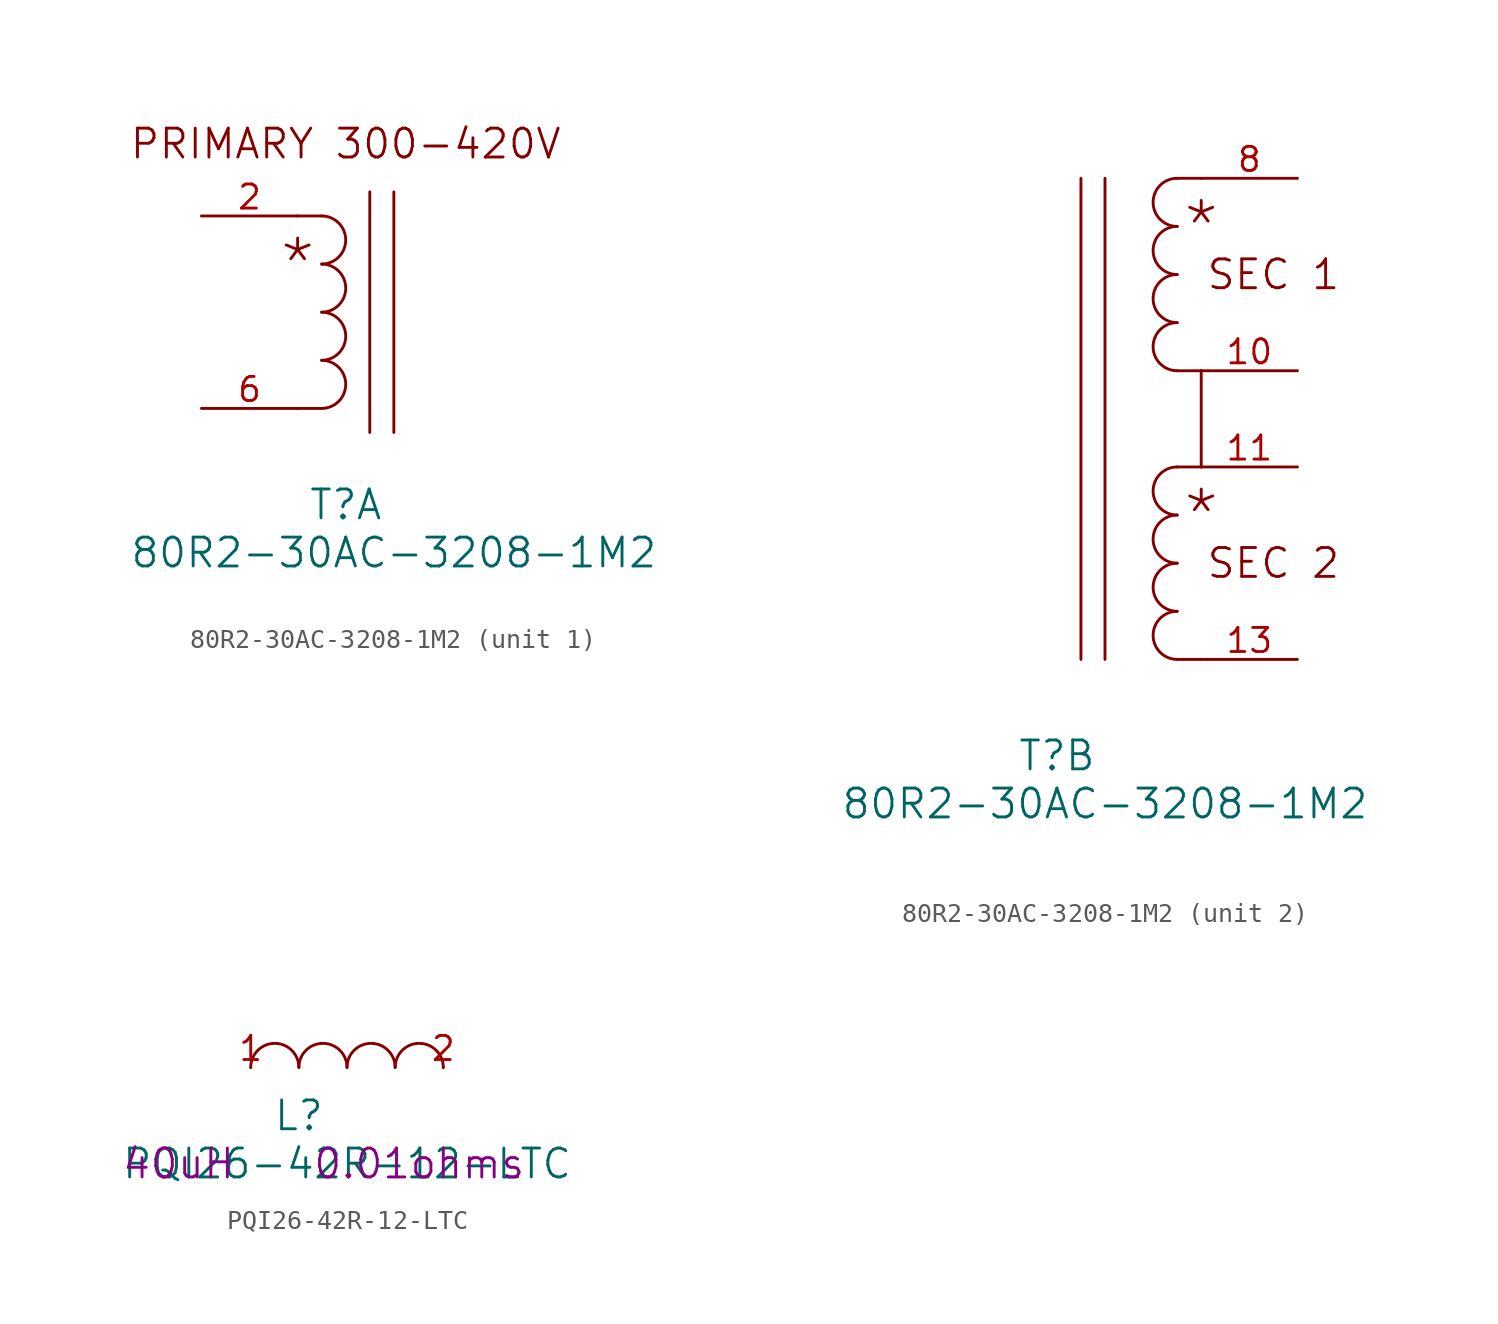
<source format=kicad_sym>
(kicad_symbol_lib
  (version 20220914)
  (generator kicad_symbol_editor)
  (symbol "80R2-30AC-3208-1M2"
    (pin_names
      (offset 1.016) hide)
    (property "Reference" "T"
      (at 2.54 -2.54 0)
      (effects (font (size 1.524 1.524))))
    (property "Value" "80R2-30AC-3208-1M2"
      (at 5.08 -5.08 0)
      (effects (font (size 1.524 1.524))))
    (property "ki_locked" ""
      (at 0 0 0)
      (effects (font (size 1.27 1.27))))
    (symbol "80R2-30AC-3208-1M2_1_1"
      (polyline (pts (xy 0 2.54) (xy 1.27 2.54)) (stroke (width 0) (type solid)) (fill (type none)))
      (polyline (pts (xy 0 12.7) (xy 1.27 12.7)) (stroke (width 0) (type solid)) (fill (type none)))
      (polyline (pts (xy 3.81 13.97) (xy 3.81 1.27)) (stroke (width 0) (type solid)) (fill (type none)))
      (polyline (pts (xy 5.08 13.97) (xy 5.08 1.27)) (stroke (width 0) (type solid)) (fill (type none)))
      (arc (start 1.27 2.54) (mid 2.5345 3.81) (end 1.27 5.08) (stroke (width 0) (type solid)) (fill (type none)))
      (arc (start 1.27 5.08) (mid 2.5345 6.35) (end 1.27 7.62) (stroke (width 0) (type solid)) (fill (type none)))
      (arc (start 1.27 7.62) (mid 2.5345 8.89) (end 1.27 10.16) (stroke (width 0) (type solid)) (fill (type none)))
      (arc (start 1.27 10.16) (mid 2.5345 11.43) (end 1.27 12.7) (stroke (width 0) (type solid)) (fill (type none)))
      (text "*" (at 0 10.16 0) (effects (font (size 2.54 2.54))))
      (text "PRIMARY 300-420V" (at 2.54 16.51 0) (effects (font (size 1.524 1.524))))
      (pin passive line (at -5.08 12.7 0) (length 5.08) (name "P+" (effects (font (size 1.27 1.27)))) (number "2" (effects (font (size 1.27 1.27)))))
      (pin passive line (at -5.08 2.54 0) (length 5.08) (name "P-" (effects (font (size 1.27 1.27)))) (number "6" (effects (font (size 1.27 1.27))))))
    (symbol "80R2-30AC-3208-1M2_2_1"
      (polyline (pts (xy 3.81 27.94) (xy 3.81 2.54)) (stroke (width 0) (type solid)) (fill (type none)))
      (polyline (pts (xy 5.08 27.94) (xy 5.08 2.54)) (stroke (width 0) (type solid)) (fill (type none)))
      (polyline (pts (xy 10.16 2.54) (xy 8.89 2.54)) (stroke (width 0) (type solid)) (fill (type none)))
      (polyline (pts (xy 10.16 12.7) (xy 8.89 12.7)) (stroke (width 0) (type solid)) (fill (type none)))
      (polyline (pts (xy 10.16 17.78) (xy 8.89 17.78)) (stroke (width 0) (type solid)) (fill (type none)))
      (polyline (pts (xy 10.16 17.78) (xy 10.16 12.7)) (stroke (width 0) (type solid)) (fill (type none)))
      (polyline (pts (xy 10.16 27.94) (xy 8.89 27.94)) (stroke (width 0) (type solid)) (fill (type none)))
      (arc (start 8.89 5.08) (mid 7.6255 3.81) (end 8.89 2.54) (stroke (width 0) (type solid)) (fill (type none)))
      (arc (start 8.89 7.62) (mid 7.6255 6.35) (end 8.89 5.08) (stroke (width 0) (type solid)) (fill (type none)))
      (arc (start 8.89 10.16) (mid 7.6255 8.89) (end 8.89 7.62) (stroke (width 0) (type solid)) (fill (type none)))
      (arc (start 8.89 12.7) (mid 7.6255 11.43) (end 8.89 10.16) (stroke (width 0) (type solid)) (fill (type none)))
      (arc (start 8.89 20.32) (mid 7.6255 19.05) (end 8.89 17.78) (stroke (width 0) (type solid)) (fill (type none)))
      (arc (start 8.89 22.86) (mid 7.6255 21.59) (end 8.89 20.32) (stroke (width 0) (type solid)) (fill (type none)))
      (arc (start 8.89 25.4) (mid 7.6255 24.13) (end 8.89 22.86) (stroke (width 0) (type solid)) (fill (type none)))
      (arc (start 8.89 27.94) (mid 7.6255 26.67) (end 8.89 25.4) (stroke (width 0) (type solid)) (fill (type none)))
      (text "*" (at 10.16 10.16 0) (effects (font (size 2.54 2.54))))
      (text "*" (at 10.16 25.4 0) (effects (font (size 2.54 2.54))))
      (text "SEC 1" (at 13.97 22.86 0) (effects (font (size 1.524 1.524))))
      (text "SEC 2" (at 13.97 7.62 0) (effects (font (size 1.524 1.524))))
      (pin passive line (at 15.24 17.78 180) (length 5.08) (name "S1-" (effects (font (size 1.27 1.27)))) (number "10" (effects (font (size 1.27 1.27)))))
      (pin passive line (at 15.24 12.7 180) (length 5.08) (name "S2+" (effects (font (size 1.27 1.27)))) (number "11" (effects (font (size 1.27 1.27)))))
      (pin passive line (at 15.24 2.54 180) (length 5.08) (name "S2-" (effects (font (size 1.27 1.27)))) (number "13" (effects (font (size 1.27 1.27)))))
      (pin passive line (at 15.24 27.94 180) (length 5.08) (name "S1+" (effects (font (size 1.27 1.27)))) (number "8" (effects (font (size 1.27 1.27)))))))
  (symbol "PQI26-42R-12-LTC"
    (pin_names
      (offset 1.016) hide)
    (property "Reference" "L"
      (at 2.54 -2.54 0)
      (effects (font (size 1.524 1.524))))
    (property "Value" "PQI26-42R-12-LTC"
      (at 5.08 -5.08 0)
      (effects (font (size 1.524 1.524))))
    (property "Value2" "40uH"
      (at -3.81 -5.08 0)
      (effects (font (size 1.524 1.524))))
    (property "DCR" "0.01ohms"
      (at 8.89 -5.08 0)
      (effects (font (size 1.524 1.524))))
    (symbol "PQI26-42R-12-LTC_1_1"
      (arc (start 2.54 0) (mid 1.27 1.2645) (end 0 0) (stroke (width 0) (type solid)) (fill (type none)))
      (arc (start 5.08 0) (mid 3.81 1.2645) (end 2.54 0) (stroke (width 0) (type solid)) (fill (type none)))
      (arc (start 7.62 0) (mid 6.35 1.2645) (end 5.08 0) (stroke (width 0) (type solid)) (fill (type none)))
      (arc (start 10.16 0) (mid 8.89 1.2645) (end 7.62 0) (stroke (width 0) (type solid)) (fill (type none)))
      (pin passive line (at 0 0 0) (length 0) (name "1" (effects (font (size 1.27 1.27)))) (number "1" (effects (font (size 1.27 1.27)))))
      (pin passive line (at 10.16 0 180) (length 0) (name "2" (effects (font (size 1.27 1.27)))) (number "2" (effects (font (size 1.27 1.27))))))))
</source>
